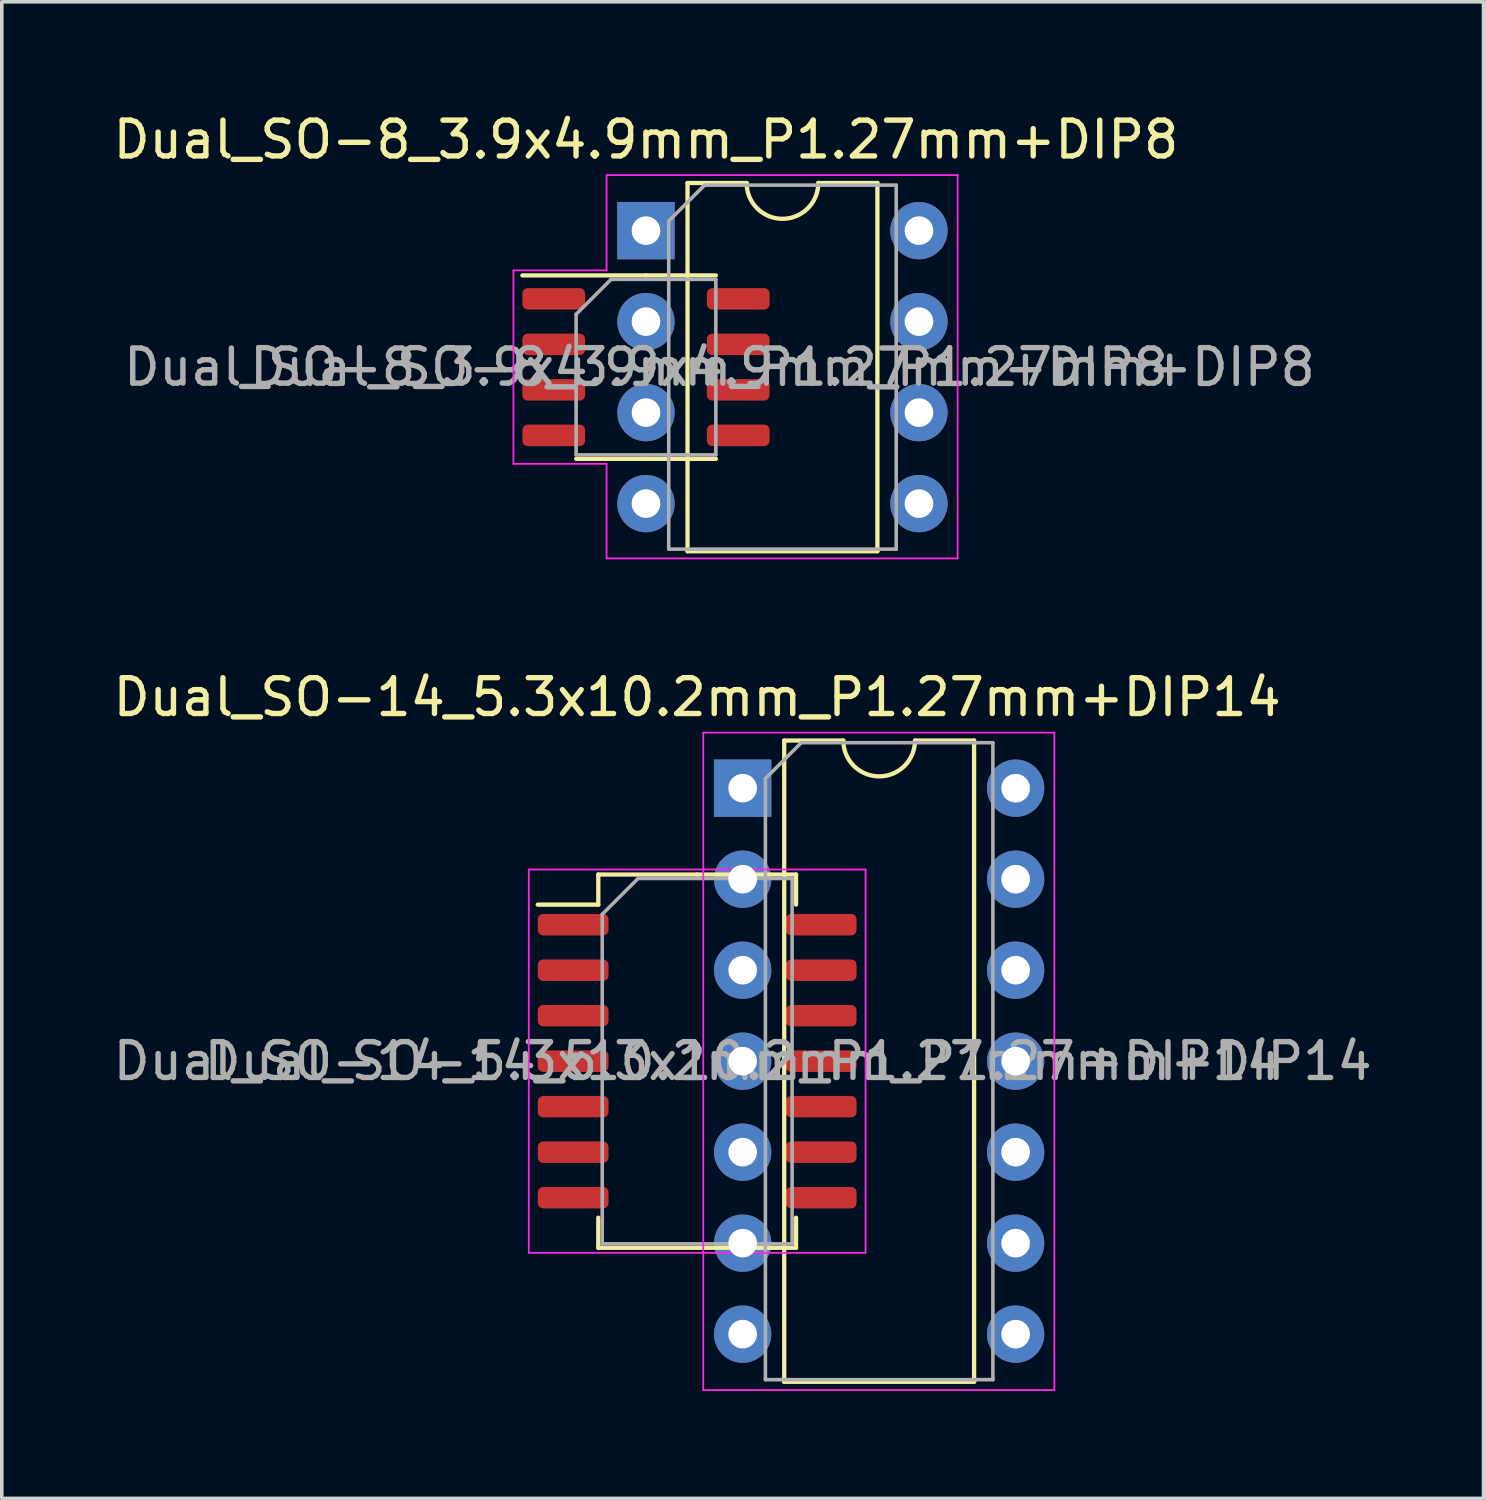
<source format=kicad_pcb>
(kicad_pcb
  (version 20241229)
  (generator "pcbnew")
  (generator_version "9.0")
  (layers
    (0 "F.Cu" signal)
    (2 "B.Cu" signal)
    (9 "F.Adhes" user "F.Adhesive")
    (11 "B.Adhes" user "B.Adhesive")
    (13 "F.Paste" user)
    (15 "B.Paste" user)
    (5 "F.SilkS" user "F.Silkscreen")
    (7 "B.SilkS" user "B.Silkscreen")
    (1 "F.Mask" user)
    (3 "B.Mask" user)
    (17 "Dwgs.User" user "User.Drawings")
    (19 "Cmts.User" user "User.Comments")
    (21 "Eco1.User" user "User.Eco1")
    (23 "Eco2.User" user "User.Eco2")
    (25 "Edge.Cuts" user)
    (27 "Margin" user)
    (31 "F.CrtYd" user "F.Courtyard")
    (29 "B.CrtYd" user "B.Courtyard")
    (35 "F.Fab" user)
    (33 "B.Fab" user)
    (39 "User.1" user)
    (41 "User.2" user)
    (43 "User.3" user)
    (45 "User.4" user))
  (footprint "Dual_SO-8_3.9x4.9mm_P1.27mm+DIP8"
    (layer "F.Cu")
    (at 14.982 7.198)
    (property "Reference" "Dual_SO-8_3.9x4.9mm_P1.27mm+DIP8" (at 0 -6.35 0) (layer "F.SilkS") (effects (font (size 1 1) (thickness 0.15))))
    (attr smd)
    (fp_line (start 0 -2.56) (end -3.45 -2.56) (stroke (width 0.12) (type solid)) (layer "F.SilkS"))
    (fp_line (start 0 -2.56) (end 1.95 -2.56) (stroke (width 0.12) (type solid)) (layer "F.SilkS"))
    (fp_line (start 0 2.56) (end -1.95 2.56) (stroke (width 0.12) (type solid)) (layer "F.SilkS"))
    (fp_line (start 0 2.56) (end 1.95 2.56) (stroke (width 0.12) (type solid)) (layer "F.SilkS"))
    (fp_line (start 1.16 -5.14) (end 1.16 5.14) (stroke (width 0.12) (type solid)) (layer "F.SilkS"))
    (fp_line (start 1.16 5.14) (end 6.46 5.14) (stroke (width 0.12) (type solid)) (layer "F.SilkS"))
    (fp_line (start 2.81 -5.14) (end 1.16 -5.14) (stroke (width 0.12) (type solid)) (layer "F.SilkS"))
    (fp_line (start 6.46 -5.14) (end 4.81 -5.14) (stroke (width 0.12) (type solid)) (layer "F.SilkS"))
    (fp_line (start 6.46 5.14) (end 6.46 -5.14) (stroke (width 0.12) (type solid)) (layer "F.SilkS"))
    (fp_arc (start 4.81 -5.14) (mid 3.81 -4.14) (end 2.81 -5.14) (stroke (width 0.12) (type solid)) (layer "F.SilkS"))
    (fp_line (start -3.7 -2.7) (end -3.7 2.7) (stroke (width 0.05) (type solid)) (layer "F.CrtYd"))
    (fp_line (start -3.7 2.7) (end -1.1 2.7) (stroke (width 0.05) (type solid)) (layer "F.CrtYd"))
    (fp_line (start -1.1 -5.36) (end -1.1 -2.7) (stroke (width 0.05) (type solid)) (layer "F.CrtYd"))
    (fp_line (start -1.1 -2.7) (end -3.7 -2.7) (stroke (width 0.05) (type solid)) (layer "F.CrtYd"))
    (fp_line (start -1.1 2.7) (end -1.1 5.34) (stroke (width 0.05) (type solid)) (layer "F.CrtYd"))
    (fp_line (start -1.1 5.34) (end 8.7 5.34) (stroke (width 0.05) (type solid)) (layer "F.CrtYd"))
    (fp_line (start 8.7 -5.36) (end -1.1 -5.36) (stroke (width 0.05) (type solid)) (layer "F.CrtYd"))
    (fp_line (start 8.7 5.34) (end 8.7 -5.36) (stroke (width 0.05) (type solid)) (layer "F.CrtYd"))
    (fp_line (start -1.95 -1.475) (end -0.975 -2.45) (stroke (width 0.1) (type solid)) (layer "F.Fab"))
    (fp_line (start -1.95 2.45) (end -1.95 -1.475) (stroke (width 0.1) (type solid)) (layer "F.Fab"))
    (fp_line (start -0.975 -2.45) (end 1.95 -2.45) (stroke (width 0.1) (type solid)) (layer "F.Fab"))
    (fp_line (start 0.635 -4.08) (end 1.635 -5.08) (stroke (width 0.1) (type solid)) (layer "F.Fab"))
    (fp_line (start 0.635 5.08) (end 0.635 -4.08) (stroke (width 0.1) (type solid)) (layer "F.Fab"))
    (fp_line (start 1.635 -5.08) (end 6.985 -5.08) (stroke (width 0.1) (type solid)) (layer "F.Fab"))
    (fp_line (start 1.95 -2.45) (end 1.95 2.45) (stroke (width 0.1) (type solid)) (layer "F.Fab"))
    (fp_line (start 1.95 2.45) (end -1.95 2.45) (stroke (width 0.1) (type solid)) (layer "F.Fab"))
    (fp_line (start 6.985 -5.08) (end 6.985 5.08) (stroke (width 0.1) (type solid)) (layer "F.Fab"))
    (fp_line (start 6.985 5.08) (end 0.635 5.08) (stroke (width 0.1) (type solid)) (layer "F.Fab"))
    (fp_text user "${REFERENCE}" (at 3.81 0 0) (layer "F.Fab") (effects (font (size 1 1) (thickness 0.15))))
    (fp_text user "${REFERENCE}" (at 0 0 0) (layer "F.Fab") (effects (font (size 0.98 0.98) (thickness 0.15))))
    (pad "1" smd roundrect (at -2.575 -1.905) (size 1.75 0.6) (layers "F.Cu" "F.Mask" "F.Paste") (roundrect_rratio 0.25))
    (pad "1" thru_hole rect (at 0 -3.81) (size 1.6 1.6) (drill 0.8) (layers "*.Cu" "*.Mask"))
    (pad "2" smd roundrect (at -2.575 -0.635) (size 1.75 0.6) (layers "F.Cu" "F.Mask" "F.Paste") (roundrect_rratio 0.25))
    (pad "2" thru_hole oval (at 0 -1.27) (size 1.6 1.6) (drill 0.8) (layers "*.Cu" "*.Mask"))
    (pad "3" smd roundrect (at -2.575 0.635) (size 1.75 0.6) (layers "F.Cu" "F.Mask" "F.Paste") (roundrect_rratio 0.25))
    (pad "3" thru_hole oval (at 0 1.27) (size 1.6 1.6) (drill 0.8) (layers "*.Cu" "*.Mask"))
    (pad "4" smd roundrect (at -2.575 1.905) (size 1.75 0.6) (layers "F.Cu" "F.Mask" "F.Paste") (roundrect_rratio 0.25))
    (pad "4" thru_hole oval (at 0 3.81) (size 1.6 1.6) (drill 0.8) (layers "*.Cu" "*.Mask"))
    (pad "5" smd roundrect (at 2.575 1.905) (size 1.75 0.6) (layers "F.Cu" "F.Mask" "F.Paste") (roundrect_rratio 0.25))
    (pad "5" thru_hole oval (at 7.62 3.81) (size 1.6 1.6) (drill 0.8) (layers "*.Cu" "*.Mask"))
    (pad "6" smd roundrect (at 2.575 0.635) (size 1.75 0.6) (layers "F.Cu" "F.Mask" "F.Paste") (roundrect_rratio 0.25))
    (pad "6" thru_hole oval (at 7.62 1.27) (size 1.6 1.6) (drill 0.8) (layers "*.Cu" "*.Mask"))
    (pad "7" smd roundrect (at 2.575 -0.635) (size 1.75 0.6) (layers "F.Cu" "F.Mask" "F.Paste") (roundrect_rratio 0.25))
    (pad "7" thru_hole oval (at 7.62 -1.27) (size 1.6 1.6) (drill 0.8) (layers "*.Cu" "*.Mask"))
    (pad "8" smd roundrect (at 2.575 -1.905) (size 1.75 0.6) (layers "F.Cu" "F.Mask" "F.Paste") (roundrect_rratio 0.25))
    (pad "8" thru_hole oval (at 7.62 -3.81) (size 1.6 1.6) (drill 0.8) (layers "*.Cu" "*.Mask")))
  (footprint "Dual_SO-14_5.3x10.2mm_P1.27mm+DIP14"
    (layer "F.Cu")
    (at 16.411 26.572)
    (property "Reference" "Dual_SO-14_5.3x10.2mm_P1.27mm+DIP14" (at 0 -10.16 0) (layer "F.SilkS") (effects (font (size 1 1) (thickness 0.15))))
    (attr through_hole)
    (fp_line (start -2.76 -5.21) (end -2.76 -4.37) (stroke (width 0.12) (type solid)) (layer "F.SilkS"))
    (fp_line (start -2.76 -4.37) (end -4.45 -4.37) (stroke (width 0.12) (type solid)) (layer "F.SilkS"))
    (fp_line (start -2.76 5.21) (end -2.76 4.37) (stroke (width 0.12) (type solid)) (layer "F.SilkS"))
    (fp_line (start 0 -5.21) (end -2.76 -5.21) (stroke (width 0.12) (type solid)) (layer "F.SilkS"))
    (fp_line (start 0 -5.21) (end 2.76 -5.21) (stroke (width 0.12) (type solid)) (layer "F.SilkS"))
    (fp_line (start 0 5.21) (end -2.76 5.21) (stroke (width 0.12) (type solid)) (layer "F.SilkS"))
    (fp_line (start 0 5.21) (end 2.76 5.21) (stroke (width 0.12) (type solid)) (layer "F.SilkS"))
    (fp_line (start 2.43 -8.95) (end 2.43 8.95) (stroke (width 0.12) (type solid)) (layer "F.SilkS"))
    (fp_line (start 2.43 8.95) (end 7.73 8.95) (stroke (width 0.12) (type solid)) (layer "F.SilkS"))
    (fp_line (start 2.76 -5.21) (end 2.76 -4.37) (stroke (width 0.12) (type solid)) (layer "F.SilkS"))
    (fp_line (start 2.76 5.21) (end 2.76 4.37) (stroke (width 0.12) (type solid)) (layer "F.SilkS"))
    (fp_line (start 4.08 -8.95) (end 2.43 -8.95) (stroke (width 0.12) (type solid)) (layer "F.SilkS"))
    (fp_line (start 7.73 -8.95) (end 6.08 -8.95) (stroke (width 0.12) (type solid)) (layer "F.SilkS"))
    (fp_line (start 7.73 8.95) (end 7.73 -8.95) (stroke (width 0.12) (type solid)) (layer "F.SilkS"))
    (fp_arc (start 6.08 -8.95) (mid 5.08 -7.95) (end 4.08 -8.95) (stroke (width 0.12) (type solid)) (layer "F.SilkS"))
    (fp_line (start -4.7 -5.35) (end -4.7 5.35) (stroke (width 0.05) (type solid)) (layer "F.CrtYd"))
    (fp_line (start -4.7 5.35) (end 4.7 5.35) (stroke (width 0.05) (type solid)) (layer "F.CrtYd"))
    (fp_line (start 0.17 -9.17) (end 0.17 9.18) (stroke (width 0.05) (type solid)) (layer "F.CrtYd"))
    (fp_line (start 0.17 9.18) (end 9.97 9.18) (stroke (width 0.05) (type solid)) (layer "F.CrtYd"))
    (fp_line (start 4.7 -5.35) (end -4.7 -5.35) (stroke (width 0.05) (type solid)) (layer "F.CrtYd"))
    (fp_line (start 4.7 5.35) (end 4.7 -5.35) (stroke (width 0.05) (type solid)) (layer "F.CrtYd"))
    (fp_line (start 9.97 -9.17) (end 0.17 -9.17) (stroke (width 0.05) (type solid)) (layer "F.CrtYd"))
    (fp_line (start 9.97 9.18) (end 9.97 -9.17) (stroke (width 0.05) (type solid)) (layer "F.CrtYd"))
    (fp_line (start -2.65 -4.1) (end -1.65 -5.1) (stroke (width 0.1) (type solid)) (layer "F.Fab"))
    (fp_line (start -2.65 5.1) (end -2.65 -4.1) (stroke (width 0.1) (type solid)) (layer "F.Fab"))
    (fp_line (start -1.65 -5.1) (end 2.65 -5.1) (stroke (width 0.1) (type solid)) (layer "F.Fab"))
    (fp_line (start 1.905 -7.89) (end 2.905 -8.89) (stroke (width 0.1) (type solid)) (layer "F.Fab"))
    (fp_line (start 1.905 8.89) (end 1.905 -7.89) (stroke (width 0.1) (type solid)) (layer "F.Fab"))
    (fp_line (start 2.65 -5.1) (end 2.65 5.1) (stroke (width 0.1) (type solid)) (layer "F.Fab"))
    (fp_line (start 2.65 5.1) (end -2.65 5.1) (stroke (width 0.1) (type solid)) (layer "F.Fab"))
    (fp_line (start 2.905 -8.89) (end 8.255 -8.89) (stroke (width 0.1) (type solid)) (layer "F.Fab"))
    (fp_line (start 8.255 -8.89) (end 8.255 8.89) (stroke (width 0.1) (type solid)) (layer "F.Fab"))
    (fp_line (start 8.255 8.89) (end 1.905 8.89) (stroke (width 0.1) (type solid)) (layer "F.Fab"))
    (fp_text user "${REFERENCE}" (at 2.54 0 0) (layer "F.Fab") (effects (font (size 1 1) (thickness 0.15))))
    (fp_text user "${REFERENCE}" (at 0 0 0) (layer "F.Fab") (effects (font (size 1 1) (thickness 0.15))))
    (pad "1" smd roundrect (at -3.462 -3.81) (size 1.975 0.6) (layers "F.Cu" "F.Mask" "F.Paste") (roundrect_rratio 0.25))
    (pad "1" thru_hole rect (at 1.27 -7.62) (size 1.6 1.6) (drill 0.8) (layers "*.Cu" "*.Mask"))
    (pad "2" smd roundrect (at -3.462 -2.54) (size 1.975 0.6) (layers "F.Cu" "F.Mask" "F.Paste") (roundrect_rratio 0.25))
    (pad "2" thru_hole oval (at 1.27 -5.08) (size 1.6 1.6) (drill 0.8) (layers "*.Cu" "*.Mask"))
    (pad "3" smd roundrect (at -3.462 -1.27) (size 1.975 0.6) (layers "F.Cu" "F.Mask" "F.Paste") (roundrect_rratio 0.25))
    (pad "3" thru_hole oval (at 1.27 -2.54) (size 1.6 1.6) (drill 0.8) (layers "*.Cu" "*.Mask"))
    (pad "4" smd roundrect (at -3.462 0) (size 1.975 0.6) (layers "F.Cu" "F.Mask" "F.Paste") (roundrect_rratio 0.25))
    (pad "4" thru_hole oval (at 1.27 0) (size 1.6 1.6) (drill 0.8) (layers "*.Cu" "*.Mask"))
    (pad "5" smd roundrect (at -3.462 1.27) (size 1.975 0.6) (layers "F.Cu" "F.Mask" "F.Paste") (roundrect_rratio 0.25))
    (pad "5" thru_hole oval (at 1.27 2.54) (size 1.6 1.6) (drill 0.8) (layers "*.Cu" "*.Mask"))
    (pad "6" smd roundrect (at -3.462 2.54) (size 1.975 0.6) (layers "F.Cu" "F.Mask" "F.Paste") (roundrect_rratio 0.25))
    (pad "6" thru_hole oval (at 1.27 5.08) (size 1.6 1.6) (drill 0.8) (layers "*.Cu" "*.Mask"))
    (pad "7" smd roundrect (at -3.462 3.81) (size 1.975 0.6) (layers "F.Cu" "F.Mask" "F.Paste") (roundrect_rratio 0.25))
    (pad "7" thru_hole oval (at 1.27 7.62) (size 1.6 1.6) (drill 0.8) (layers "*.Cu" "*.Mask"))
    (pad "8" smd roundrect (at 3.462 3.81) (size 1.975 0.6) (layers "F.Cu" "F.Mask" "F.Paste") (roundrect_rratio 0.25))
    (pad "8" thru_hole oval (at 8.89 7.62) (size 1.6 1.6) (drill 0.8) (layers "*.Cu" "*.Mask"))
    (pad "9" smd roundrect (at 3.462 2.54) (size 1.975 0.6) (layers "F.Cu" "F.Mask" "F.Paste") (roundrect_rratio 0.25))
    (pad "9" thru_hole oval (at 8.89 5.08) (size 1.6 1.6) (drill 0.8) (layers "*.Cu" "*.Mask"))
    (pad "10" smd roundrect (at 3.462 1.27) (size 1.975 0.6) (layers "F.Cu" "F.Mask" "F.Paste") (roundrect_rratio 0.25))
    (pad "10" thru_hole oval (at 8.89 2.54) (size 1.6 1.6) (drill 0.8) (layers "*.Cu" "*.Mask"))
    (pad "11" smd roundrect (at 3.462 0) (size 1.975 0.6) (layers "F.Cu" "F.Mask" "F.Paste") (roundrect_rratio 0.25))
    (pad "11" thru_hole oval (at 8.89 0) (size 1.6 1.6) (drill 0.8) (layers "*.Cu" "*.Mask"))
    (pad "12" smd roundrect (at 3.462 -1.27) (size 1.975 0.6) (layers "F.Cu" "F.Mask" "F.Paste") (roundrect_rratio 0.25))
    (pad "12" thru_hole oval (at 8.89 -2.54) (size 1.6 1.6) (drill 0.8) (layers "*.Cu" "*.Mask"))
    (pad "13" smd roundrect (at 3.462 -2.54) (size 1.975 0.6) (layers "F.Cu" "F.Mask" "F.Paste") (roundrect_rratio 0.25))
    (pad "13" thru_hole oval (at 8.89 -5.08) (size 1.6 1.6) (drill 0.8) (layers "*.Cu" "*.Mask"))
    (pad "14" smd roundrect (at 3.462 -3.81) (size 1.975 0.6) (layers "F.Cu" "F.Mask" "F.Paste") (roundrect_rratio 0.25))
    (pad "14" thru_hole oval (at 8.89 -7.62) (size 1.6 1.6) (drill 0.8) (layers "*.Cu" "*.Mask")))
  (gr_rect
    (start -3 -3)
    (end 38.361 38.776)
    (stroke (width 0.1) (type default))
    (fill no)
    (layer "Edge.Cuts")))
</source>
